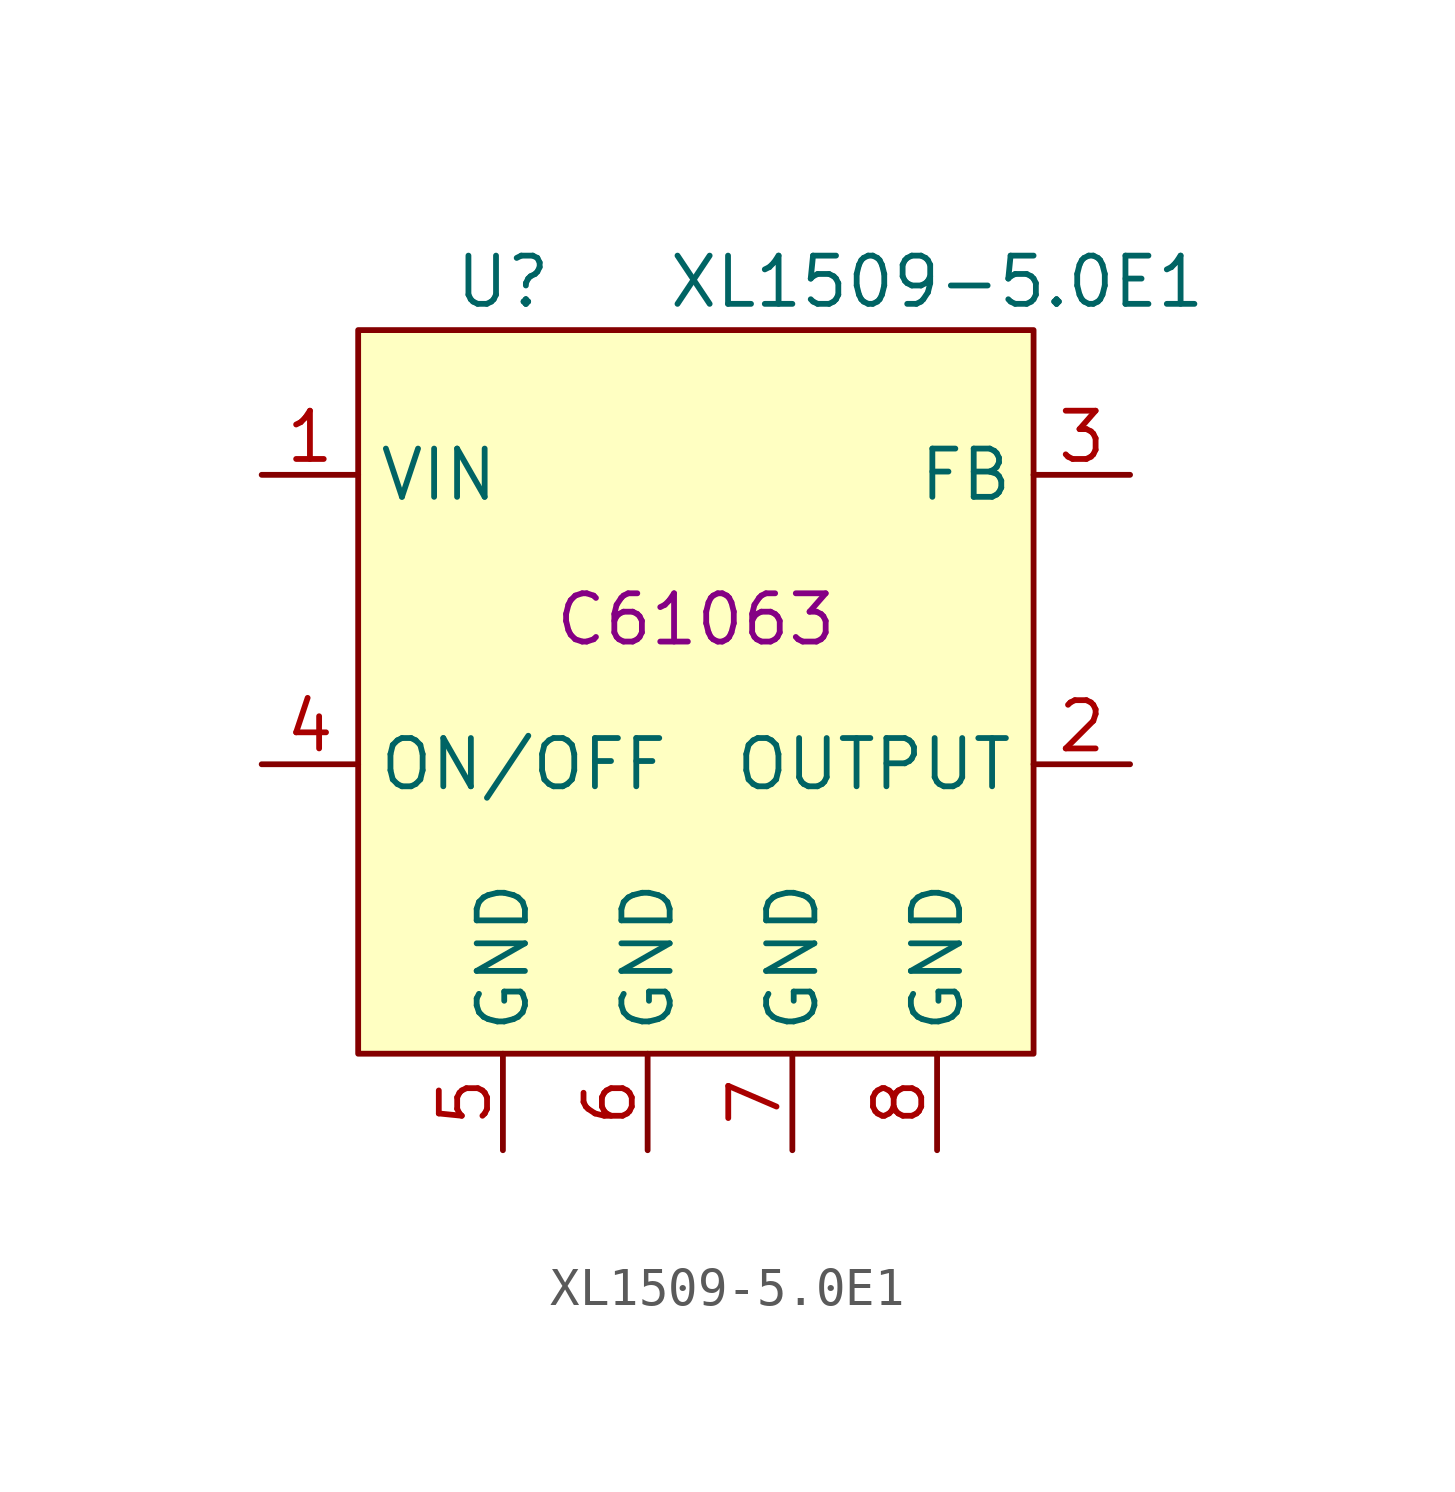
<source format=kicad_sym>
(kicad_symbol_lib
  (version 20211014)
  (generator kicad_symbol_editor)
  (symbol "XL1509-5.0E1"
    (property "Reference" "U"
      (at -5.08 8.89 0)
      (effects (font (size 1.27 1.27))))
    (property "Value" "XL1509-5.0E1"
      (at 6.35 8.89 0)
      (effects (font (size 1.27 1.27))))
    (property "Vendor" "C61063"
      (at 0 0 0)
      (effects (font (size 1.27 1.27))))
    (symbol "XL1509-5.0E1_0_1"
      (rectangle (start -8.89 7.62) (end 8.89 -11.43) (stroke (width 0) (type default) (color 0 0 0 0)) (fill (type background))))
    (symbol "XL1509-5.0E1_1_1"
      (pin input line (at -11.43 3.81 0) (length 2.54) (name "VIN" (effects (font (size 1.27 1.27)))) (number "1" (effects (font (size 1.27 1.27)))))
      (pin input line (at 11.43 -3.81 180) (length 2.54) (name "OUTPUT" (effects (font (size 1.27 1.27)))) (number "2" (effects (font (size 1.27 1.27)))))
      (pin input line (at 11.43 3.81 180) (length 2.54) (name "FB" (effects (font (size 1.27 1.27)))) (number "3" (effects (font (size 1.27 1.27)))))
      (pin input line (at -11.43 -3.81 0) (length 2.54) (name "ON/OFF" (effects (font (size 1.27 1.27)))) (number "4" (effects (font (size 1.27 1.27)))))
      (pin input line (at -5.08 -13.97 90) (length 2.54) (name "GND" (effects (font (size 1.27 1.27)))) (number "5" (effects (font (size 1.27 1.27)))))
      (pin input line (at -1.27 -13.97 90) (length 2.54) (name "GND" (effects (font (size 1.27 1.27)))) (number "6" (effects (font (size 1.27 1.27)))))
      (pin input line (at 2.54 -13.97 90) (length 2.54) (name "GND" (effects (font (size 1.27 1.27)))) (number "7" (effects (font (size 1.27 1.27)))))
      (pin input line (at 6.35 -13.97 90) (length 2.54) (name "GND" (effects (font (size 1.27 1.27)))) (number "8" (effects (font (size 1.27 1.27))))))))
</source>
